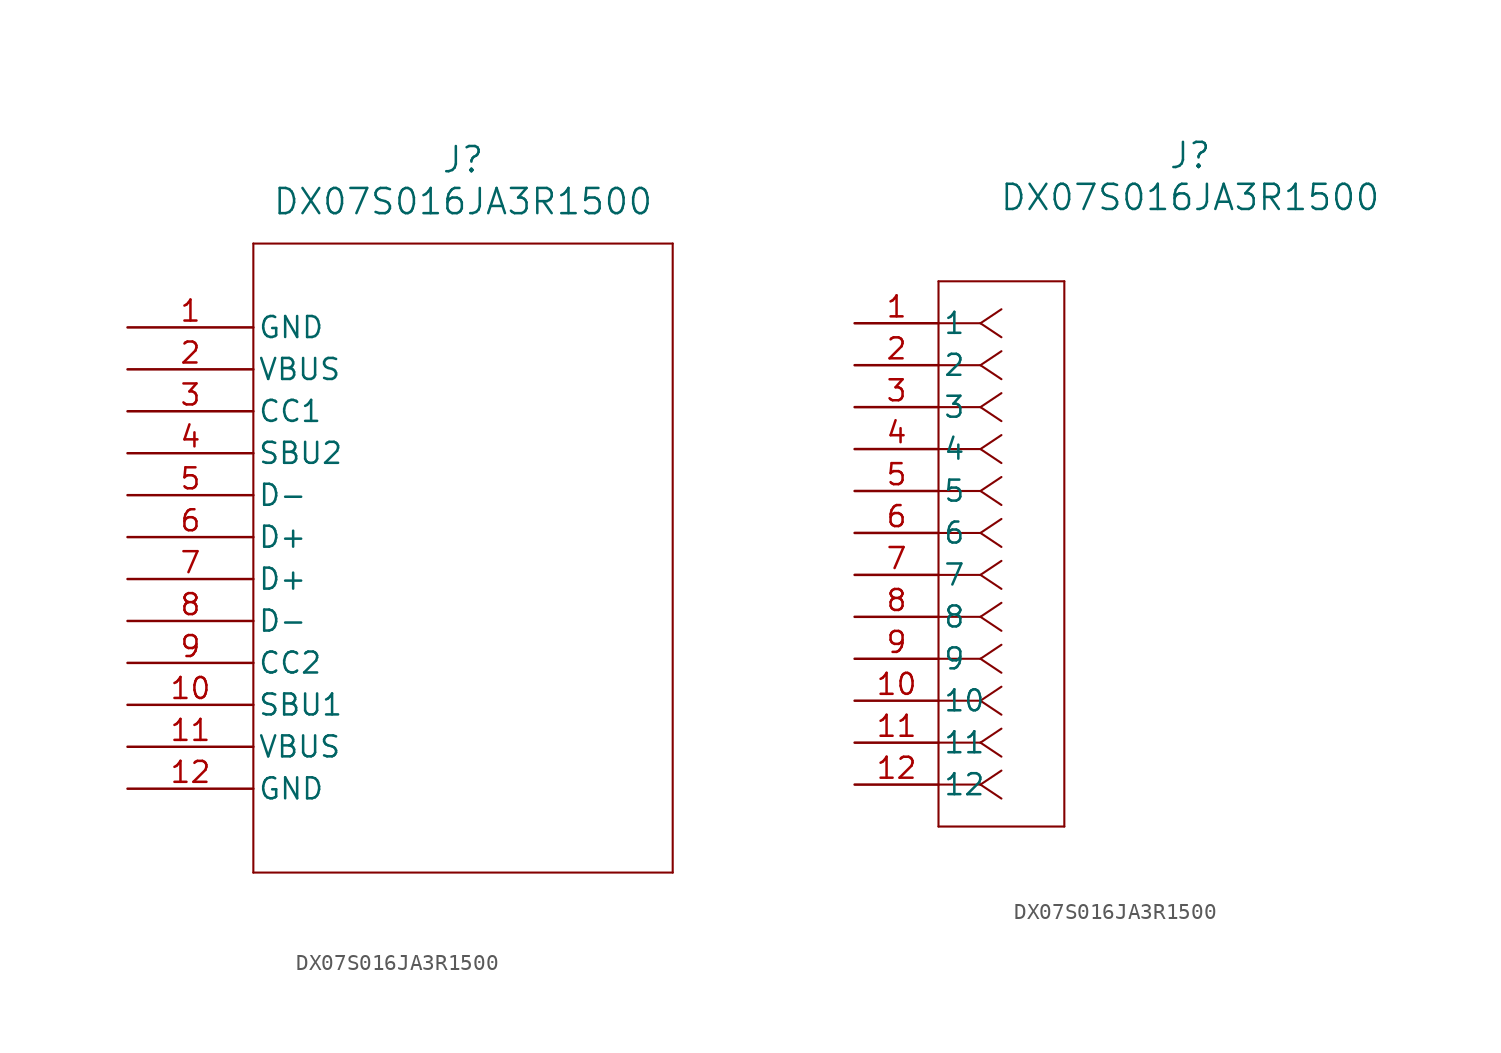
<source format=kicad_sym>
(kicad_symbol_lib
  (version 20211014)
  (generator kicad_symbol_editor)
  (symbol "DX07S016JA3R1500"
    (pin_names
      (offset 0.254))
    (property "Reference" "J"
      (at 20.32 10.16 0)
      (effects (font (size 1.524 1.524))))
    (property "Value" "DX07S016JA3R1500"
      (at 20.32 7.62 0)
      (effects (font (size 1.524 1.524))))
    (symbol "DX07S016JA3R1500_1_1"
      (polyline (pts (xy 7.62 5.08) (xy 7.62 -33.02)) (stroke (width 0.127) (type default) (color 0 0 0 0)) (fill (type none)))
      (polyline (pts (xy 7.62 -33.02) (xy 33.02 -33.02)) (stroke (width 0.127) (type default) (color 0 0 0 0)) (fill (type none)))
      (polyline (pts (xy 33.02 -33.02) (xy 33.02 5.08)) (stroke (width 0.127) (type default) (color 0 0 0 0)) (fill (type none)))
      (polyline (pts (xy 33.02 5.08) (xy 7.62 5.08)) (stroke (width 0.127) (type default) (color 0 0 0 0)) (fill (type none)))
      (pin power_out line (at 0 0 0) (length 7.62) (name "GND" (effects (font (size 1.27 1.27)))) (number "1" (effects (font (size 1.27 1.27)))))
      (pin power_in line (at 0 -2.54 0) (length 7.62) (name "VBUS" (effects (font (size 1.27 1.27)))) (number "2" (effects (font (size 1.27 1.27)))))
      (pin bidirectional line (at 0 -5.08 0) (length 7.62) (name "CC1" (effects (font (size 1.27 1.27)))) (number "3" (effects (font (size 1.27 1.27)))))
      (pin bidirectional line (at 0 -7.62 0) (length 7.62) (name "SBU2" (effects (font (size 1.27 1.27)))) (number "4" (effects (font (size 1.27 1.27)))))
      (pin bidirectional line (at 0 -10.16 0) (length 7.62) (name "D-" (effects (font (size 1.27 1.27)))) (number "5" (effects (font (size 1.27 1.27)))))
      (pin bidirectional line (at 0 -12.7 0) (length 7.62) (name "D+" (effects (font (size 1.27 1.27)))) (number "6" (effects (font (size 1.27 1.27)))))
      (pin bidirectional line (at 0 -15.24 0) (length 7.62) (name "D+" (effects (font (size 1.27 1.27)))) (number "7" (effects (font (size 1.27 1.27)))))
      (pin bidirectional line (at 0 -17.78 0) (length 7.62) (name "D-" (effects (font (size 1.27 1.27)))) (number "8" (effects (font (size 1.27 1.27)))))
      (pin bidirectional line (at 0 -20.32 0) (length 7.62) (name "CC2" (effects (font (size 1.27 1.27)))) (number "9" (effects (font (size 1.27 1.27)))))
      (pin bidirectional line (at 0 -22.86 0) (length 7.62) (name "SBU1" (effects (font (size 1.27 1.27)))) (number "10" (effects (font (size 1.27 1.27)))))
      (pin power_in line (at 0 -25.4 0) (length 7.62) (name "VBUS" (effects (font (size 1.27 1.27)))) (number "11" (effects (font (size 1.27 1.27)))))
      (pin power_out line (at 0 -27.94 0) (length 7.62) (name "GND" (effects (font (size 1.27 1.27)))) (number "12" (effects (font (size 1.27 1.27))))))
    (symbol "DX07S016JA3R1500_1_2"
      (polyline (pts (xy 7.62 0) (xy 5.08 0)) (stroke (width 0.127) (type default) (color 0 0 0 0)) (fill (type none)))
      (polyline (pts (xy 7.62 -2.54) (xy 5.08 -2.54)) (stroke (width 0.127) (type default) (color 0 0 0 0)) (fill (type none)))
      (polyline (pts (xy 7.62 -5.08) (xy 5.08 -5.08)) (stroke (width 0.127) (type default) (color 0 0 0 0)) (fill (type none)))
      (polyline (pts (xy 7.62 -7.62) (xy 5.08 -7.62)) (stroke (width 0.127) (type default) (color 0 0 0 0)) (fill (type none)))
      (polyline (pts (xy 7.62 -10.16) (xy 5.08 -10.16)) (stroke (width 0.127) (type default) (color 0 0 0 0)) (fill (type none)))
      (polyline (pts (xy 7.62 -12.7) (xy 5.08 -12.7)) (stroke (width 0.127) (type default) (color 0 0 0 0)) (fill (type none)))
      (polyline (pts (xy 7.62 -15.24) (xy 5.08 -15.24)) (stroke (width 0.127) (type default) (color 0 0 0 0)) (fill (type none)))
      (polyline (pts (xy 7.62 -17.78) (xy 5.08 -17.78)) (stroke (width 0.127) (type default) (color 0 0 0 0)) (fill (type none)))
      (polyline (pts (xy 7.62 -20.32) (xy 5.08 -20.32)) (stroke (width 0.127) (type default) (color 0 0 0 0)) (fill (type none)))
      (polyline (pts (xy 7.62 -22.86) (xy 5.08 -22.86)) (stroke (width 0.127) (type default) (color 0 0 0 0)) (fill (type none)))
      (polyline (pts (xy 7.62 -25.4) (xy 5.08 -25.4)) (stroke (width 0.127) (type default) (color 0 0 0 0)) (fill (type none)))
      (polyline (pts (xy 7.62 -27.94) (xy 5.08 -27.94)) (stroke (width 0.127) (type default) (color 0 0 0 0)) (fill (type none)))
      (polyline (pts (xy 7.62 0) (xy 8.89 0.847)) (stroke (width 0.127) (type default) (color 0 0 0 0)) (fill (type none)))
      (polyline (pts (xy 7.62 -2.54) (xy 8.89 -1.693)) (stroke (width 0.127) (type default) (color 0 0 0 0)) (fill (type none)))
      (polyline (pts (xy 7.62 -5.08) (xy 8.89 -4.233)) (stroke (width 0.127) (type default) (color 0 0 0 0)) (fill (type none)))
      (polyline (pts (xy 7.62 -7.62) (xy 8.89 -6.773)) (stroke (width 0.127) (type default) (color 0 0 0 0)) (fill (type none)))
      (polyline (pts (xy 7.62 -10.16) (xy 8.89 -9.313)) (stroke (width 0.127) (type default) (color 0 0 0 0)) (fill (type none)))
      (polyline (pts (xy 7.62 -12.7) (xy 8.89 -11.853)) (stroke (width 0.127) (type default) (color 0 0 0 0)) (fill (type none)))
      (polyline (pts (xy 7.62 -15.24) (xy 8.89 -14.393)) (stroke (width 0.127) (type default) (color 0 0 0 0)) (fill (type none)))
      (polyline (pts (xy 7.62 -17.78) (xy 8.89 -16.933)) (stroke (width 0.127) (type default) (color 0 0 0 0)) (fill (type none)))
      (polyline (pts (xy 7.62 -20.32) (xy 8.89 -19.473)) (stroke (width 0.127) (type default) (color 0 0 0 0)) (fill (type none)))
      (polyline (pts (xy 7.62 -22.86) (xy 8.89 -22.013)) (stroke (width 0.127) (type default) (color 0 0 0 0)) (fill (type none)))
      (polyline (pts (xy 7.62 -25.4) (xy 8.89 -24.553)) (stroke (width 0.127) (type default) (color 0 0 0 0)) (fill (type none)))
      (polyline (pts (xy 7.62 -27.94) (xy 8.89 -27.093)) (stroke (width 0.127) (type default) (color 0 0 0 0)) (fill (type none)))
      (polyline (pts (xy 7.62 0) (xy 8.89 -0.847)) (stroke (width 0.127) (type default) (color 0 0 0 0)) (fill (type none)))
      (polyline (pts (xy 7.62 -2.54) (xy 8.89 -3.387)) (stroke (width 0.127) (type default) (color 0 0 0 0)) (fill (type none)))
      (polyline (pts (xy 7.62 -5.08) (xy 8.89 -5.927)) (stroke (width 0.127) (type default) (color 0 0 0 0)) (fill (type none)))
      (polyline (pts (xy 7.62 -7.62) (xy 8.89 -8.467)) (stroke (width 0.127) (type default) (color 0 0 0 0)) (fill (type none)))
      (polyline (pts (xy 7.62 -10.16) (xy 8.89 -11.007)) (stroke (width 0.127) (type default) (color 0 0 0 0)) (fill (type none)))
      (polyline (pts (xy 7.62 -12.7) (xy 8.89 -13.547)) (stroke (width 0.127) (type default) (color 0 0 0 0)) (fill (type none)))
      (polyline (pts (xy 7.62 -15.24) (xy 8.89 -16.087)) (stroke (width 0.127) (type default) (color 0 0 0 0)) (fill (type none)))
      (polyline (pts (xy 7.62 -17.78) (xy 8.89 -18.627)) (stroke (width 0.127) (type default) (color 0 0 0 0)) (fill (type none)))
      (polyline (pts (xy 7.62 -20.32) (xy 8.89 -21.167)) (stroke (width 0.127) (type default) (color 0 0 0 0)) (fill (type none)))
      (polyline (pts (xy 7.62 -22.86) (xy 8.89 -23.707)) (stroke (width 0.127) (type default) (color 0 0 0 0)) (fill (type none)))
      (polyline (pts (xy 7.62 -25.4) (xy 8.89 -26.247)) (stroke (width 0.127) (type default) (color 0 0 0 0)) (fill (type none)))
      (polyline (pts (xy 7.62 -27.94) (xy 8.89 -28.787)) (stroke (width 0.127) (type default) (color 0 0 0 0)) (fill (type none)))
      (polyline (pts (xy 5.08 2.54) (xy 5.08 -30.48)) (stroke (width 0.127) (type default) (color 0 0 0 0)) (fill (type none)))
      (polyline (pts (xy 5.08 -30.48) (xy 12.7 -30.48)) (stroke (width 0.127) (type default) (color 0 0 0 0)) (fill (type none)))
      (polyline (pts (xy 12.7 -30.48) (xy 12.7 2.54)) (stroke (width 0.127) (type default) (color 0 0 0 0)) (fill (type none)))
      (polyline (pts (xy 12.7 2.54) (xy 5.08 2.54)) (stroke (width 0.127) (type default) (color 0 0 0 0)) (fill (type none)))
      (pin power_out line (at 0 0 0) (length 5.08) (name "1" (effects (font (size 1.27 1.27)))) (number "1" (effects (font (size 1.27 1.27)))))
      (pin power_in line (at 0 -2.54 0) (length 5.08) (name "2" (effects (font (size 1.27 1.27)))) (number "2" (effects (font (size 1.27 1.27)))))
      (pin bidirectional line (at 0 -5.08 0) (length 5.08) (name "3" (effects (font (size 1.27 1.27)))) (number "3" (effects (font (size 1.27 1.27)))))
      (pin bidirectional line (at 0 -7.62 0) (length 5.08) (name "4" (effects (font (size 1.27 1.27)))) (number "4" (effects (font (size 1.27 1.27)))))
      (pin bidirectional line (at 0 -10.16 0) (length 5.08) (name "5" (effects (font (size 1.27 1.27)))) (number "5" (effects (font (size 1.27 1.27)))))
      (pin bidirectional line (at 0 -12.7 0) (length 5.08) (name "6" (effects (font (size 1.27 1.27)))) (number "6" (effects (font (size 1.27 1.27)))))
      (pin bidirectional line (at 0 -15.24 0) (length 5.08) (name "7" (effects (font (size 1.27 1.27)))) (number "7" (effects (font (size 1.27 1.27)))))
      (pin bidirectional line (at 0 -17.78 0) (length 5.08) (name "8" (effects (font (size 1.27 1.27)))) (number "8" (effects (font (size 1.27 1.27)))))
      (pin bidirectional line (at 0 -20.32 0) (length 5.08) (name "9" (effects (font (size 1.27 1.27)))) (number "9" (effects (font (size 1.27 1.27)))))
      (pin bidirectional line (at 0 -22.86 0) (length 5.08) (name "10" (effects (font (size 1.27 1.27)))) (number "10" (effects (font (size 1.27 1.27)))))
      (pin power_in line (at 0 -25.4 0) (length 5.08) (name "11" (effects (font (size 1.27 1.27)))) (number "11" (effects (font (size 1.27 1.27)))))
      (pin power_out line (at 0 -27.94 0) (length 5.08) (name "12" (effects (font (size 1.27 1.27)))) (number "12" (effects (font (size 1.27 1.27))))))))
</source>
